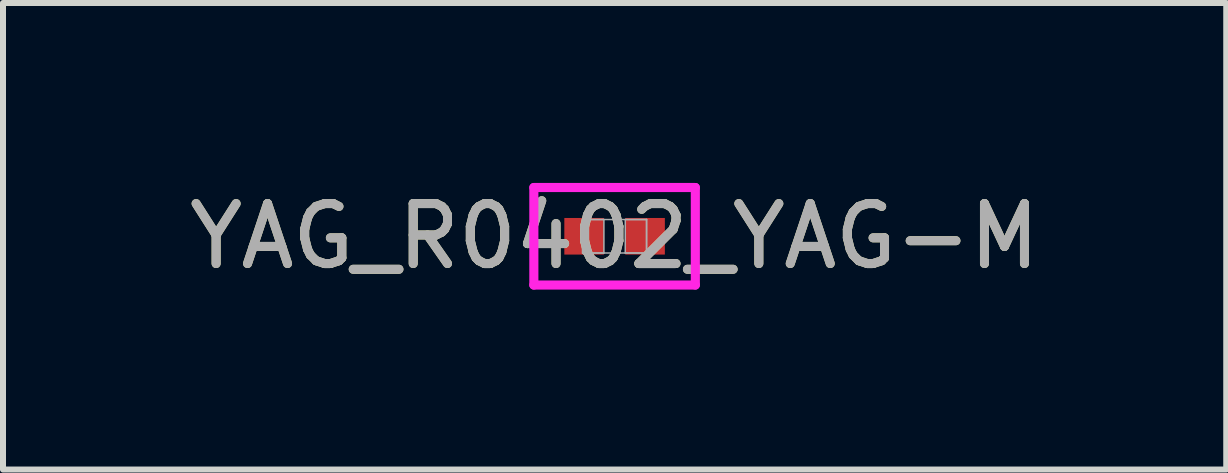
<source format=kicad_pcb>
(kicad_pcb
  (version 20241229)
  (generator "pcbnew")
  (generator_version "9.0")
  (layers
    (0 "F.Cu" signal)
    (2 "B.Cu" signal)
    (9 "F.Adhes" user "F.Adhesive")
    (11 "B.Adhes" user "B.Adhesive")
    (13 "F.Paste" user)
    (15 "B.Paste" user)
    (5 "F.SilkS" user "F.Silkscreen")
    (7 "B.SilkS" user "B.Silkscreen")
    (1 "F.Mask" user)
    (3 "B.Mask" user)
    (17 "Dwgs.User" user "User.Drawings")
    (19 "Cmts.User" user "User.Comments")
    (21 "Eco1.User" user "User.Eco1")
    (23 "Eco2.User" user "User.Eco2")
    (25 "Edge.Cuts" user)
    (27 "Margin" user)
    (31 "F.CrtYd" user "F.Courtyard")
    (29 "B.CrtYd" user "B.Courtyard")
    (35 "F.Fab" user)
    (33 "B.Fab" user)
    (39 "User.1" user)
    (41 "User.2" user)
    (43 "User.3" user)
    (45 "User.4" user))
  (footprint "YAG_R0402_YAG-M"
    (layer "F.Cu")
    (at 7.196 0.889)
    (property "Reference" "YAG_R0402_YAG-M" (at 0 0 0) (unlocked yes) (layer "F.SilkS") (effects (font (size 1 1) (thickness 0.15))))
    (attr smd)
    (fp_line (start -1.346 -0.813) (end 1.346 -0.813) (stroke (width 0.152) (type solid)) (layer "F.CrtYd"))
    (fp_line (start -1.346 0.813) (end -1.346 -0.813) (stroke (width 0.152) (type solid)) (layer "F.CrtYd"))
    (fp_line (start 1.346 -0.813) (end 1.346 0.813) (stroke (width 0.152) (type solid)) (layer "F.CrtYd"))
    (fp_line (start 1.346 0.813) (end -1.346 0.813) (stroke (width 0.152) (type solid)) (layer "F.CrtYd"))
    (fp_line (start -0.533 -0.279) (end -0.533 0.279) (stroke (width 0.025) (type solid)) (layer "F.Fab"))
    (fp_line (start -0.533 -0.279) (end -0.533 0.279) (stroke (width 0.025) (type solid)) (layer "F.Fab"))
    (fp_line (start -0.533 0.279) (end -0.178 0.279) (stroke (width 0.025) (type solid)) (layer "F.Fab"))
    (fp_line (start -0.533 0.279) (end 0.533 0.279) (stroke (width 0.025) (type solid)) (layer "F.Fab"))
    (fp_line (start -0.178 -0.279) (end -0.533 -0.279) (stroke (width 0.025) (type solid)) (layer "F.Fab"))
    (fp_line (start -0.178 0.279) (end -0.178 -0.279) (stroke (width 0.025) (type solid)) (layer "F.Fab"))
    (fp_line (start 0.178 -0.279) (end 0.178 0.279) (stroke (width 0.025) (type solid)) (layer "F.Fab"))
    (fp_line (start 0.178 0.279) (end 0.533 0.279) (stroke (width 0.025) (type solid)) (layer "F.Fab"))
    (fp_line (start 0.533 -0.279) (end -0.533 -0.279) (stroke (width 0.025) (type solid)) (layer "F.Fab"))
    (fp_line (start 0.533 -0.279) (end 0.178 -0.279) (stroke (width 0.025) (type solid)) (layer "F.Fab"))
    (fp_line (start 0.533 0.279) (end 0.533 -0.279) (stroke (width 0.025) (type solid)) (layer "F.Fab"))
    (fp_line (start 0.533 0.279) (end 0.533 -0.279) (stroke (width 0.025) (type solid)) (layer "F.Fab"))
    (fp_text user "${REFERENCE}" (at 0 0 0) (unlocked yes) (layer "F.Fab") (effects (font (size 1 1) (thickness 0.15))))
    (pad "1" smd rect (at -0.508 0) (size 0.66 0.61) (layers "F.Cu" "F.Mask" "F.Paste"))
    (pad "2" smd rect (at 0.508 0) (size 0.66 0.61) (layers "F.Cu" "F.Mask" "F.Paste"))
    (zone (net_name "") (layer "F.Cu") (hatch full 0.508) (connect_pads) (min_thickness 0.254) (filled_areas_thickness no) (keepout (tracks not_allowed) (vias not_allowed) (pads allowed) (copperpour not_allowed) (footprints allowed)) (placement (enabled no)) (fill) (polygon (pts (xy 7.069 0.66) (xy 7.323 0.66) (xy 7.323 1.118) (xy 7.069 1.118)))))
  (gr_rect
    (start -3 -3)
    (end 17.393 4.778)
    (stroke (width 0.1) (type default))
    (fill no)
    (layer "Edge.Cuts")))
</source>
